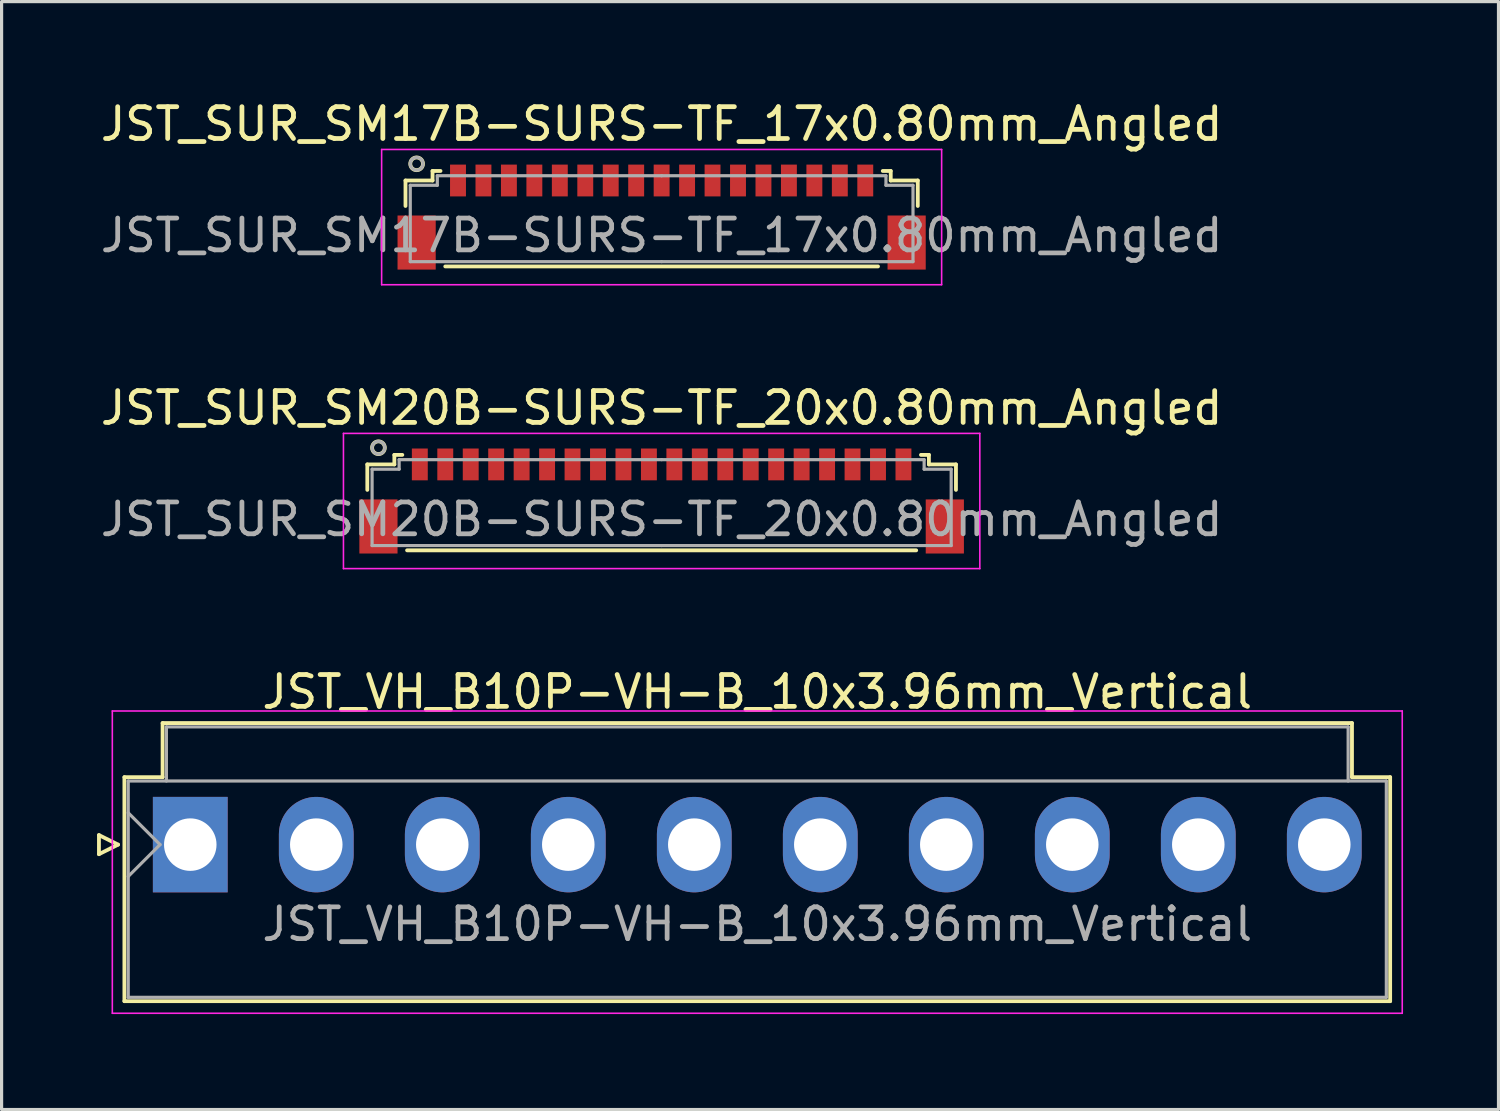
<source format=kicad_pcb>
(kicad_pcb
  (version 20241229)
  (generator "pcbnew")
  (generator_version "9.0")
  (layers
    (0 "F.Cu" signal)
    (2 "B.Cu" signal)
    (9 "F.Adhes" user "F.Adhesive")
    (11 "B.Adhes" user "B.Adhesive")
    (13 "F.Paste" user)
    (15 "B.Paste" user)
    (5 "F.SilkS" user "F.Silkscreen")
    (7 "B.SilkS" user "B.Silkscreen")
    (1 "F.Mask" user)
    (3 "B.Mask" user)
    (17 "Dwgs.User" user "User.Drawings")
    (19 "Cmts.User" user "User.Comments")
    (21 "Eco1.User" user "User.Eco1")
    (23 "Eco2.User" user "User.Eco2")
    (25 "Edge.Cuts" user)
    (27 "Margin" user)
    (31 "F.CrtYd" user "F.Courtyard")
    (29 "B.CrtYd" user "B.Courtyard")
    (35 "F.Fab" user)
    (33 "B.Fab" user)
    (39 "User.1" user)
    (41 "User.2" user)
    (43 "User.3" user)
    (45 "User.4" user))
  (footprint "JST_SUR_SM17B-SURS-TF_17x0.80mm_Angled"
    (layer "F.Cu")
    (at 17.744 3.598)
    (property "Reference" "JST_SUR_SM17B-SURS-TF_17x0.80mm_Angled" (at 0 -2.75 0) (layer "F.SilkS") (effects (font (size 1 1) (thickness 0.15))))
    (attr smd)
    (fp_line (start -8.05 -0.975) (end -8.05 -0.175) (stroke (width 0.12) (type solid)) (layer "F.SilkS"))
    (fp_line (start -7.2 -1.275) (end -7.2 -0.975) (stroke (width 0.12) (type solid)) (layer "F.SilkS"))
    (fp_line (start -7.2 -0.975) (end -8.05 -0.975) (stroke (width 0.12) (type solid)) (layer "F.SilkS"))
    (fp_line (start -6.95 -1.275) (end -7.2 -1.275) (stroke (width 0.12) (type solid)) (layer "F.SilkS"))
    (fp_line (start -6.8 1.725) (end 6.8 1.725) (stroke (width 0.12) (type solid)) (layer "F.SilkS"))
    (fp_line (start 6.95 -1.275) (end 7.2 -1.275) (stroke (width 0.12) (type solid)) (layer "F.SilkS"))
    (fp_line (start 7.2 -1.275) (end 7.2 -0.975) (stroke (width 0.12) (type solid)) (layer "F.SilkS"))
    (fp_line (start 7.2 -0.975) (end 8.05 -0.975) (stroke (width 0.12) (type solid)) (layer "F.SilkS"))
    (fp_line (start 8.05 -0.975) (end 8.05 -0.175) (stroke (width 0.12) (type solid)) (layer "F.SilkS"))
    (fp_circle (center -7.7 -1.5) (end -7.5 -1.5) (stroke (width 0.12) (type solid)) (fill no) (layer "F.SilkS"))
    (fp_line (start -8.8 -1.95) (end 8.8 -1.95) (stroke (width 0.05) (type solid)) (layer "F.CrtYd"))
    (fp_line (start -8.8 2.3) (end -8.8 -1.95) (stroke (width 0.05) (type solid)) (layer "F.CrtYd"))
    (fp_line (start 8.8 -1.95) (end 8.8 2.3) (stroke (width 0.05) (type solid)) (layer "F.CrtYd"))
    (fp_line (start 8.8 2.3) (end -8.8 2.3) (stroke (width 0.05) (type solid)) (layer "F.CrtYd"))
    (fp_line (start -7.9 -0.825) (end -7.9 1.575) (stroke (width 0.1) (type solid)) (layer "F.Fab"))
    (fp_line (start -7.9 1.575) (end 0 1.575) (stroke (width 0.1) (type solid)) (layer "F.Fab"))
    (fp_line (start -7.05 -1.125) (end -7.05 -0.825) (stroke (width 0.1) (type solid)) (layer "F.Fab"))
    (fp_line (start -7.05 -0.825) (end -7.9 -0.825) (stroke (width 0.1) (type solid)) (layer "F.Fab"))
    (fp_line (start 0 -1.125) (end -7.05 -1.125) (stroke (width 0.1) (type solid)) (layer "F.Fab"))
    (fp_line (start 0 -1.125) (end 7.05 -1.125) (stroke (width 0.1) (type solid)) (layer "F.Fab"))
    (fp_line (start 7.05 -1.125) (end 7.05 -0.825) (stroke (width 0.1) (type solid)) (layer "F.Fab"))
    (fp_line (start 7.05 -0.825) (end 7.9 -0.825) (stroke (width 0.1) (type solid)) (layer "F.Fab"))
    (fp_line (start 7.9 -0.825) (end 7.9 1.575) (stroke (width 0.1) (type solid)) (layer "F.Fab"))
    (fp_line (start 7.9 1.575) (end 0 1.575) (stroke (width 0.1) (type solid)) (layer "F.Fab"))
    (fp_circle (center -7.7 -1.5) (end -7.5 -1.5) (stroke (width 0.1) (type solid)) (fill no) (layer "F.Fab"))
    (fp_text user "${REFERENCE}" (at 0 0.75 0) (layer "F.Fab") (effects (font (size 1 1) (thickness 0.15))))
    (pad "" smd rect (at -7.7 0.975) (size 1.2 1.7) (layers "F.Cu" "F.Mask" "F.Paste"))
    (pad "" smd rect (at 7.7 0.975) (size 1.2 1.7) (layers "F.Cu" "F.Mask" "F.Paste"))
    (pad "1" smd rect (at -6.4 -0.975) (size 0.5 1) (layers "F.Cu" "F.Mask" "F.Paste"))
    (pad "2" smd rect (at -5.6 -0.975) (size 0.5 1) (layers "F.Cu" "F.Mask" "F.Paste"))
    (pad "3" smd rect (at -4.8 -0.975) (size 0.5 1) (layers "F.Cu" "F.Mask" "F.Paste"))
    (pad "4" smd rect (at -4 -0.975) (size 0.5 1) (layers "F.Cu" "F.Mask" "F.Paste"))
    (pad "5" smd rect (at -3.2 -0.975) (size 0.5 1) (layers "F.Cu" "F.Mask" "F.Paste"))
    (pad "6" smd rect (at -2.4 -0.975) (size 0.5 1) (layers "F.Cu" "F.Mask" "F.Paste"))
    (pad "7" smd rect (at -1.6 -0.975) (size 0.5 1) (layers "F.Cu" "F.Mask" "F.Paste"))
    (pad "8" smd rect (at -0.8 -0.975) (size 0.5 1) (layers "F.Cu" "F.Mask" "F.Paste"))
    (pad "9" smd rect (at 0 -0.975) (size 0.5 1) (layers "F.Cu" "F.Mask" "F.Paste"))
    (pad "10" smd rect (at 0.8 -0.975) (size 0.5 1) (layers "F.Cu" "F.Mask" "F.Paste"))
    (pad "11" smd rect (at 1.6 -0.975) (size 0.5 1) (layers "F.Cu" "F.Mask" "F.Paste"))
    (pad "12" smd rect (at 2.4 -0.975) (size 0.5 1) (layers "F.Cu" "F.Mask" "F.Paste"))
    (pad "13" smd rect (at 3.2 -0.975) (size 0.5 1) (layers "F.Cu" "F.Mask" "F.Paste"))
    (pad "14" smd rect (at 4 -0.975) (size 0.5 1) (layers "F.Cu" "F.Mask" "F.Paste"))
    (pad "15" smd rect (at 4.8 -0.975) (size 0.5 1) (layers "F.Cu" "F.Mask" "F.Paste"))
    (pad "16" smd rect (at 5.6 -0.975) (size 0.5 1) (layers "F.Cu" "F.Mask" "F.Paste"))
    (pad "17" smd rect (at 6.4 -0.975) (size 0.5 1) (layers "F.Cu" "F.Mask" "F.Paste")))
  (footprint "JST_VH_B10P-VH-B_10x3.96mm_Vertical"
    (layer "F.Cu")
    (at 2.93 23.495)
    (property "Reference" "JST_VH_B10P-VH-B_10x3.96mm_Vertical" (at 17.82 -4.8 0) (layer "F.SilkS") (effects (font (size 1 1) (thickness 0.15))))
    (attr through_hole)
    (fp_line (start -2.87 -0.3) (end -2.27 0) (stroke (width 0.12) (type solid)) (layer "F.SilkS"))
    (fp_line (start -2.87 0.3) (end -2.87 -0.3) (stroke (width 0.12) (type solid)) (layer "F.SilkS"))
    (fp_line (start -2.27 0) (end -2.87 0.3) (stroke (width 0.12) (type solid)) (layer "F.SilkS"))
    (fp_line (start -2.07 -2.12) (end -0.87 -2.12) (stroke (width 0.12) (type solid)) (layer "F.SilkS"))
    (fp_line (start -2.07 4.92) (end -2.07 -2.12) (stroke (width 0.12) (type solid)) (layer "F.SilkS"))
    (fp_line (start -0.87 -3.82) (end 36.51 -3.82) (stroke (width 0.12) (type solid)) (layer "F.SilkS"))
    (fp_line (start -0.87 -2.12) (end -0.87 -3.82) (stroke (width 0.12) (type solid)) (layer "F.SilkS"))
    (fp_line (start 36.51 -3.82) (end 36.51 -2.12) (stroke (width 0.12) (type solid)) (layer "F.SilkS"))
    (fp_line (start 36.51 -2.12) (end 37.71 -2.12) (stroke (width 0.12) (type solid)) (layer "F.SilkS"))
    (fp_line (start 37.71 -2.12) (end 37.71 4.92) (stroke (width 0.12) (type solid)) (layer "F.SilkS"))
    (fp_line (start 37.71 4.92) (end -2.07 4.92) (stroke (width 0.12) (type solid)) (layer "F.SilkS"))
    (fp_line (start -2.45 -4.2) (end -2.45 5.3) (stroke (width 0.05) (type solid)) (layer "F.CrtYd"))
    (fp_line (start -2.45 5.3) (end 38.09 5.3) (stroke (width 0.05) (type solid)) (layer "F.CrtYd"))
    (fp_line (start 38.09 -4.2) (end -2.45 -4.2) (stroke (width 0.05) (type solid)) (layer "F.CrtYd"))
    (fp_line (start 38.09 5.3) (end 38.09 -4.2) (stroke (width 0.05) (type solid)) (layer "F.CrtYd"))
    (fp_line (start -1.95 -2) (end -1.95 4.8) (stroke (width 0.1) (type solid)) (layer "F.Fab"))
    (fp_line (start -1.95 -1) (end -0.95 0) (stroke (width 0.1) (type solid)) (layer "F.Fab"))
    (fp_line (start -1.95 1) (end -0.95 0) (stroke (width 0.1) (type solid)) (layer "F.Fab"))
    (fp_line (start -1.95 4.8) (end 37.59 4.8) (stroke (width 0.1) (type solid)) (layer "F.Fab"))
    (fp_line (start -0.75 -3.7) (end 36.39 -3.7) (stroke (width 0.1) (type solid)) (layer "F.Fab"))
    (fp_line (start -0.75 -2) (end -0.75 -3.7) (stroke (width 0.1) (type solid)) (layer "F.Fab"))
    (fp_line (start 36.39 -3.7) (end 36.39 -2) (stroke (width 0.1) (type solid)) (layer "F.Fab"))
    (fp_line (start 37.59 -2) (end -1.95 -2) (stroke (width 0.1) (type solid)) (layer "F.Fab"))
    (fp_line (start 37.59 4.8) (end 37.59 -2) (stroke (width 0.1) (type solid)) (layer "F.Fab"))
    (fp_text user "${REFERENCE}" (at 17.82 2.5 0) (layer "F.Fab") (effects (font (size 1 1) (thickness 0.15))))
    (pad "1" thru_hole rect (at 0 0) (size 2.35 3) (drill 1.65) (layers "*.Cu" "*.Mask"))
    (pad "2" thru_hole oval (at 3.96 0) (size 2.35 3) (drill 1.65) (layers "*.Cu" "*.Mask"))
    (pad "3" thru_hole oval (at 7.92 0) (size 2.35 3) (drill 1.65) (layers "*.Cu" "*.Mask"))
    (pad "4" thru_hole oval (at 11.88 0) (size 2.35 3) (drill 1.65) (layers "*.Cu" "*.Mask"))
    (pad "5" thru_hole oval (at 15.84 0) (size 2.35 3) (drill 1.65) (layers "*.Cu" "*.Mask"))
    (pad "6" thru_hole oval (at 19.8 0) (size 2.35 3) (drill 1.65) (layers "*.Cu" "*.Mask"))
    (pad "7" thru_hole oval (at 23.76 0) (size 2.35 3) (drill 1.65) (layers "*.Cu" "*.Mask"))
    (pad "8" thru_hole oval (at 27.72 0) (size 2.35 3) (drill 1.65) (layers "*.Cu" "*.Mask"))
    (pad "9" thru_hole oval (at 31.68 0) (size 2.35 3) (drill 1.65) (layers "*.Cu" "*.Mask"))
    (pad "10" thru_hole oval (at 35.64 0) (size 2.35 3) (drill 1.65) (layers "*.Cu" "*.Mask")))
  (footprint "JST_SUR_SM20B-SURS-TF_20x0.80mm_Angled"
    (layer "F.Cu")
    (at 17.744 12.521)
    (property "Reference" "JST_SUR_SM20B-SURS-TF_20x0.80mm_Angled" (at 0 -2.75 0) (layer "F.SilkS") (effects (font (size 1 1) (thickness 0.15))))
    (attr smd)
    (fp_line (start -9.25 -0.975) (end -9.25 -0.175) (stroke (width 0.12) (type solid)) (layer "F.SilkS"))
    (fp_line (start -8.4 -1.275) (end -8.4 -0.975) (stroke (width 0.12) (type solid)) (layer "F.SilkS"))
    (fp_line (start -8.4 -0.975) (end -9.25 -0.975) (stroke (width 0.12) (type solid)) (layer "F.SilkS"))
    (fp_line (start -8.15 -1.275) (end -8.4 -1.275) (stroke (width 0.12) (type solid)) (layer "F.SilkS"))
    (fp_line (start -8 1.725) (end 8 1.725) (stroke (width 0.12) (type solid)) (layer "F.SilkS"))
    (fp_line (start 8.15 -1.275) (end 8.4 -1.275) (stroke (width 0.12) (type solid)) (layer "F.SilkS"))
    (fp_line (start 8.4 -1.275) (end 8.4 -0.975) (stroke (width 0.12) (type solid)) (layer "F.SilkS"))
    (fp_line (start 8.4 -0.975) (end 9.25 -0.975) (stroke (width 0.12) (type solid)) (layer "F.SilkS"))
    (fp_line (start 9.25 -0.975) (end 9.25 -0.175) (stroke (width 0.12) (type solid)) (layer "F.SilkS"))
    (fp_circle (center -8.9 -1.5) (end -8.7 -1.5) (stroke (width 0.12) (type solid)) (fill no) (layer "F.SilkS"))
    (fp_line (start -10 -1.95) (end 10 -1.95) (stroke (width 0.05) (type solid)) (layer "F.CrtYd"))
    (fp_line (start -10 2.3) (end -10 -1.95) (stroke (width 0.05) (type solid)) (layer "F.CrtYd"))
    (fp_line (start 10 -1.95) (end 10 2.3) (stroke (width 0.05) (type solid)) (layer "F.CrtYd"))
    (fp_line (start 10 2.3) (end -10 2.3) (stroke (width 0.05) (type solid)) (layer "F.CrtYd"))
    (fp_line (start -9.1 -0.825) (end -9.1 1.575) (stroke (width 0.1) (type solid)) (layer "F.Fab"))
    (fp_line (start -9.1 1.575) (end 0 1.575) (stroke (width 0.1) (type solid)) (layer "F.Fab"))
    (fp_line (start -8.25 -1.125) (end -8.25 -0.825) (stroke (width 0.1) (type solid)) (layer "F.Fab"))
    (fp_line (start -8.25 -0.825) (end -9.1 -0.825) (stroke (width 0.1) (type solid)) (layer "F.Fab"))
    (fp_line (start 0 -1.125) (end -8.25 -1.125) (stroke (width 0.1) (type solid)) (layer "F.Fab"))
    (fp_line (start 0 -1.125) (end 8.25 -1.125) (stroke (width 0.1) (type solid)) (layer "F.Fab"))
    (fp_line (start 8.25 -1.125) (end 8.25 -0.825) (stroke (width 0.1) (type solid)) (layer "F.Fab"))
    (fp_line (start 8.25 -0.825) (end 9.1 -0.825) (stroke (width 0.1) (type solid)) (layer "F.Fab"))
    (fp_line (start 9.1 -0.825) (end 9.1 1.575) (stroke (width 0.1) (type solid)) (layer "F.Fab"))
    (fp_line (start 9.1 1.575) (end 0 1.575) (stroke (width 0.1) (type solid)) (layer "F.Fab"))
    (fp_circle (center -8.9 -1.5) (end -8.7 -1.5) (stroke (width 0.1) (type solid)) (fill no) (layer "F.Fab"))
    (fp_text user "${REFERENCE}" (at 0 0.75 0) (layer "F.Fab") (effects (font (size 1 1) (thickness 0.15))))
    (pad "" smd rect (at -8.9 0.975) (size 1.2 1.7) (layers "F.Cu" "F.Mask" "F.Paste"))
    (pad "" smd rect (at 8.9 0.975) (size 1.2 1.7) (layers "F.Cu" "F.Mask" "F.Paste"))
    (pad "1" smd rect (at -7.6 -0.975) (size 0.5 1) (layers "F.Cu" "F.Mask" "F.Paste"))
    (pad "2" smd rect (at -6.8 -0.975) (size 0.5 1) (layers "F.Cu" "F.Mask" "F.Paste"))
    (pad "3" smd rect (at -6 -0.975) (size 0.5 1) (layers "F.Cu" "F.Mask" "F.Paste"))
    (pad "4" smd rect (at -5.2 -0.975) (size 0.5 1) (layers "F.Cu" "F.Mask" "F.Paste"))
    (pad "5" smd rect (at -4.4 -0.975) (size 0.5 1) (layers "F.Cu" "F.Mask" "F.Paste"))
    (pad "6" smd rect (at -3.6 -0.975) (size 0.5 1) (layers "F.Cu" "F.Mask" "F.Paste"))
    (pad "7" smd rect (at -2.8 -0.975) (size 0.5 1) (layers "F.Cu" "F.Mask" "F.Paste"))
    (pad "8" smd rect (at -2 -0.975) (size 0.5 1) (layers "F.Cu" "F.Mask" "F.Paste"))
    (pad "9" smd rect (at -1.2 -0.975) (size 0.5 1) (layers "F.Cu" "F.Mask" "F.Paste"))
    (pad "10" smd rect (at -0.4 -0.975) (size 0.5 1) (layers "F.Cu" "F.Mask" "F.Paste"))
    (pad "11" smd rect (at 0.4 -0.975) (size 0.5 1) (layers "F.Cu" "F.Mask" "F.Paste"))
    (pad "12" smd rect (at 1.2 -0.975) (size 0.5 1) (layers "F.Cu" "F.Mask" "F.Paste"))
    (pad "13" smd rect (at 2 -0.975) (size 0.5 1) (layers "F.Cu" "F.Mask" "F.Paste"))
    (pad "14" smd rect (at 2.8 -0.975) (size 0.5 1) (layers "F.Cu" "F.Mask" "F.Paste"))
    (pad "15" smd rect (at 3.6 -0.975) (size 0.5 1) (layers "F.Cu" "F.Mask" "F.Paste"))
    (pad "16" smd rect (at 4.4 -0.975) (size 0.5 1) (layers "F.Cu" "F.Mask" "F.Paste"))
    (pad "17" smd rect (at 5.2 -0.975) (size 0.5 1) (layers "F.Cu" "F.Mask" "F.Paste"))
    (pad "18" smd rect (at 6 -0.975) (size 0.5 1) (layers "F.Cu" "F.Mask" "F.Paste"))
    (pad "19" smd rect (at 6.8 -0.975) (size 0.5 1) (layers "F.Cu" "F.Mask" "F.Paste"))
    (pad "20" smd rect (at 7.6 -0.975) (size 0.5 1) (layers "F.Cu" "F.Mask" "F.Paste")))
  (gr_rect
    (start -3 -3)
    (end 44.045 31.82)
    (stroke (width 0.1) (type default))
    (fill no)
    (layer "Edge.Cuts")))
</source>
